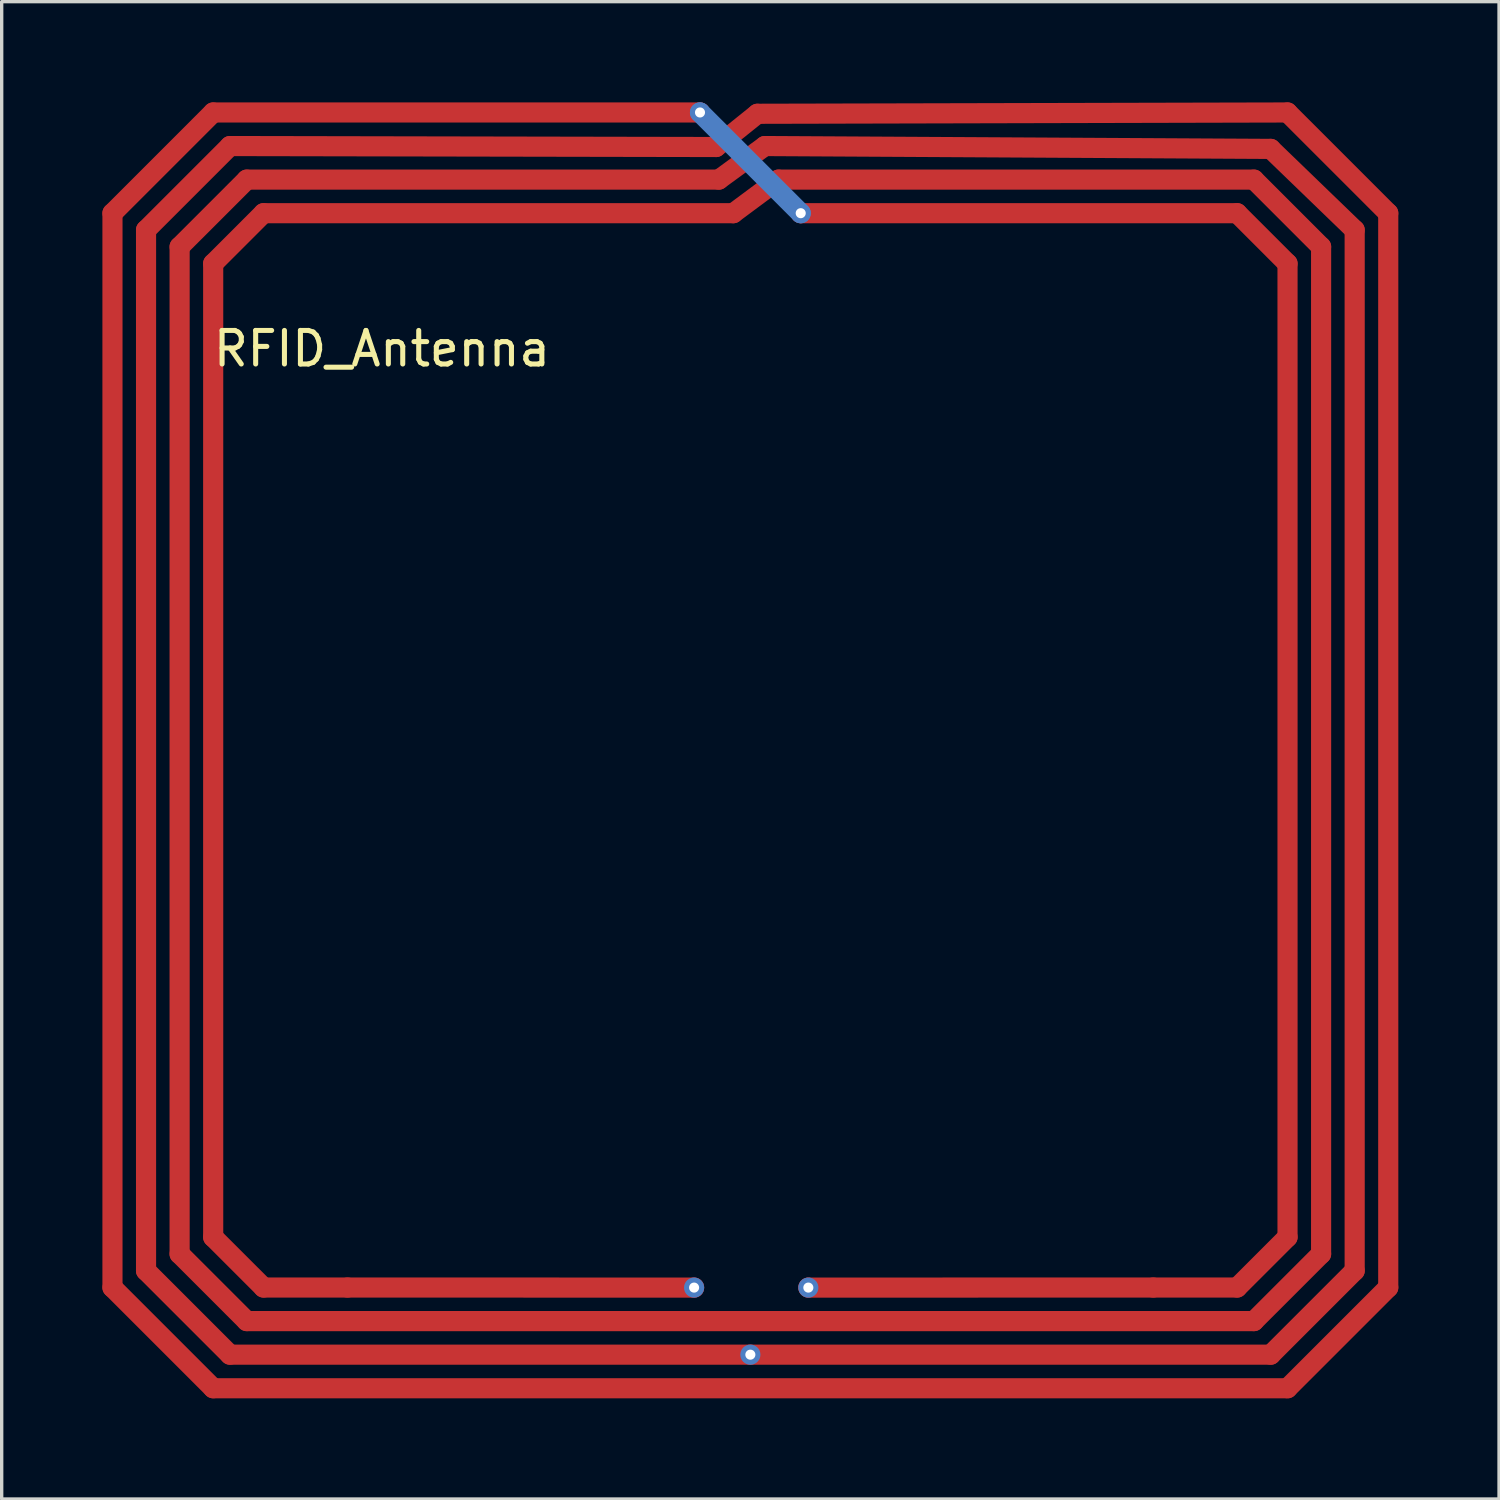
<source format=kicad_pcb>
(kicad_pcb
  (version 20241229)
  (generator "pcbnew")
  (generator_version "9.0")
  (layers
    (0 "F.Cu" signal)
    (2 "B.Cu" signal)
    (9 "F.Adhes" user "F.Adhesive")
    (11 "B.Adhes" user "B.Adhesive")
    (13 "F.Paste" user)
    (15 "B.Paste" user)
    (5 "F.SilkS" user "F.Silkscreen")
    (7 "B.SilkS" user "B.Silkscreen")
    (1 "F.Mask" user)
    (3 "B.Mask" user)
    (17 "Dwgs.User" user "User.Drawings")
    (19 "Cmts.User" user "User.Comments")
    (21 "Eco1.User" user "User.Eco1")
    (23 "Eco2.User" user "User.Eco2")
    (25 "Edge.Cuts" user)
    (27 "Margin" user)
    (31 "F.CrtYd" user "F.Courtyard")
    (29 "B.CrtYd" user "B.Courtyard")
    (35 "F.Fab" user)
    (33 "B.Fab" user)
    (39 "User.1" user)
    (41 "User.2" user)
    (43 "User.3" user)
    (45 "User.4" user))
  (footprint "RFID_Antenna"
    (layer "F.Cu")
    (at 19.3 19.3)
    (property "Reference" "RFID_Antenna" (at -10.973 -11.963 0) (unlocked yes) (layer "F.SilkS") (effects (font (size 1 1) (thickness 0.15))))
    (attr smd)
    (fp_line (start -19 -16) (end -16 -19) (stroke (width 0.6) (type solid)) (layer "F.Cu"))
    (fp_line (start -19 16) (end -19 -16) (stroke (width 0.6) (type solid)) (layer "F.Cu"))
    (fp_line (start -18 -15.5) (end -18 15.5) (stroke (width 0.6) (type solid)) (layer "F.Cu"))
    (fp_line (start -18 15.5) (end -15.5 18) (stroke (width 0.6) (type solid)) (layer "F.Cu"))
    (fp_line (start -17 -15) (end -17 15) (stroke (width 0.6) (type solid)) (layer "F.Cu"))
    (fp_line (start -17 15) (end -15 17) (stroke (width 0.6) (type solid)) (layer "F.Cu"))
    (fp_line (start -16 -14.5) (end -16 14.5) (stroke (width 0.6) (type solid)) (layer "F.Cu"))
    (fp_line (start -16 14.5) (end -14.5 16) (stroke (width 0.6) (type solid)) (layer "F.Cu"))
    (fp_line (start -16 19) (end -19 16) (stroke (width 0.6) (type solid)) (layer "F.Cu"))
    (fp_line (start -15.5 -18) (end -18 -15.5) (stroke (width 0.6) (type solid)) (layer "F.Cu"))
    (fp_line (start -15.5 -18) (end -1.022 -17.971) (stroke (width 0.6) (type solid)) (layer "F.Cu"))
    (fp_line (start -15.5 18) (end 15.5 18) (stroke (width 0.6) (type solid)) (layer "F.Cu"))
    (fp_line (start -15 -17) (end -17 -15) (stroke (width 0.6) (type solid)) (layer "F.Cu"))
    (fp_line (start -15 17) (end 15 17) (stroke (width 0.6) (type solid)) (layer "F.Cu"))
    (fp_line (start -14.5 -16) (end -16 -14.5) (stroke (width 0.6) (type solid)) (layer "F.Cu"))
    (fp_line (start -14.5 16) (end -12 16) (stroke (width 0.6) (type solid)) (layer "F.Cu"))
    (fp_line (start -12 16) (end -1.676 16.002) (stroke (width 0.6) (type solid)) (layer "F.Cu"))
    (fp_line (start -1.5 -19) (end -16 -19) (stroke (width 0.6) (type solid)) (layer "F.Cu"))
    (fp_line (start -1.022 -17.971) (end 0.21 -18.961) (stroke (width 0.6) (type solid)) (layer "F.Cu"))
    (fp_line (start -0.94 -17) (end -15 -17) (stroke (width 0.6) (type solid)) (layer "F.Cu"))
    (fp_line (start -0.508 -16) (end -14.5 -16) (stroke (width 0.6) (type solid)) (layer "F.Cu"))
    (fp_line (start 0.21 -18.961) (end 16 -19) (stroke (width 0.6) (type solid)) (layer "F.Cu"))
    (fp_line (start 0.432 -18) (end -0.94 -17) (stroke (width 0.6) (type solid)) (layer "F.Cu"))
    (fp_line (start 0.838 -17) (end -0.508 -16) (stroke (width 0.6) (type solid)) (layer "F.Cu"))
    (fp_line (start 12 16) (end 1.727 16.002) (stroke (width 0.6) (type solid)) (layer "F.Cu"))
    (fp_line (start 14.5 -16) (end 1.5 -16) (stroke (width 0.6) (type solid)) (layer "F.Cu"))
    (fp_line (start 14.5 16) (end 12 16) (stroke (width 0.6) (type solid)) (layer "F.Cu"))
    (fp_line (start 15 -17) (end 0.838 -17) (stroke (width 0.6) (type solid)) (layer "F.Cu"))
    (fp_line (start 15 17) (end 17 15) (stroke (width 0.6) (type solid)) (layer "F.Cu"))
    (fp_line (start 15.5 18) (end 18 15.5) (stroke (width 0.6) (type solid)) (layer "F.Cu"))
    (fp_line (start 15.5 -17.915) (end 0.432 -18) (stroke (width 0.6) (type solid)) (layer "F.Cu"))
    (fp_line (start 16 -19) (end 19 -16) (stroke (width 0.6) (type solid)) (layer "F.Cu"))
    (fp_line (start 16 -14.5) (end 14.5 -16) (stroke (width 0.6) (type solid)) (layer "F.Cu"))
    (fp_line (start 16 14.5) (end 14.5 16) (stroke (width 0.6) (type solid)) (layer "F.Cu"))
    (fp_line (start 16 14.5) (end 16 -14.5) (stroke (width 0.6) (type solid)) (layer "F.Cu"))
    (fp_line (start 16 19) (end -16 19) (stroke (width 0.6) (type solid)) (layer "F.Cu"))
    (fp_line (start 17 -15) (end 15 -17) (stroke (width 0.6) (type solid)) (layer "F.Cu"))
    (fp_line (start 17 15) (end 17 -15) (stroke (width 0.6) (type solid)) (layer "F.Cu"))
    (fp_line (start 18 -15.5) (end 15.5 -17.915) (stroke (width 0.6) (type solid)) (layer "F.Cu"))
    (fp_line (start 18 15.5) (end 18 -15.5) (stroke (width 0.6) (type solid)) (layer "F.Cu"))
    (fp_line (start 19 -16) (end 19 16) (stroke (width 0.6) (type solid)) (layer "F.Cu"))
    (fp_line (start 19 16) (end 16 19) (stroke (width 0.6) (type solid)) (layer "F.Cu"))
    (fp_line (start 1.5 -16) (end -1.5 -19) (stroke (width 0.6) (type default)) (layer "B.Cu"))
    (pad "1" thru_hole circle (at -1.676 16.002) (size 0.6 0.6) (drill 0.3) (layers "*.Cu"))
    (pad "1" thru_hole circle (at -1.5 -19) (size 0.6 0.6) (drill 0.3) (layers "*.Cu"))
    (pad "1" thru_hole circle (at 1.5 -16) (size 0.6 0.6) (drill 0.3) (layers "*.Cu"))
    (pad "2" thru_hole custom (at 1.727 16.002) (size 0.6 0.6) (drill 0.3) (layers "*.Cu") (options (anchor circle)) (primitives (gr_poly (pts (xy -0.15 -0.075) (xy -0.144 -0.104) (xy -0.128 -0.128) (xy -0.104 -0.144) (xy -0.075 -0.15) (xy 0.075 -0.15) (xy 0.104 -0.144) (xy 0.128 -0.128) (xy 0.144 -0.104) (xy 0.15 -0.075) (xy 0.15 0.075) (xy 0.144 0.104) (xy 0.128 0.128) (xy 0.104 0.144) (xy 0.075 0.15) (xy -0.075 0.15) (xy -0.104 0.144) (xy -0.128 0.128) (xy -0.144 0.104) (xy -0.15 0.075)) (width 0) (fill yes))))
    (pad "3" thru_hole circle (at 0 18) (size 0.6 0.6) (drill 0.3) (layers "*.Cu")))
  (gr_rect
    (start -3 -3)
    (end 41.6 41.6)
    (stroke (width 0.1) (type default))
    (fill no)
    (layer "Edge.Cuts")))
</source>
